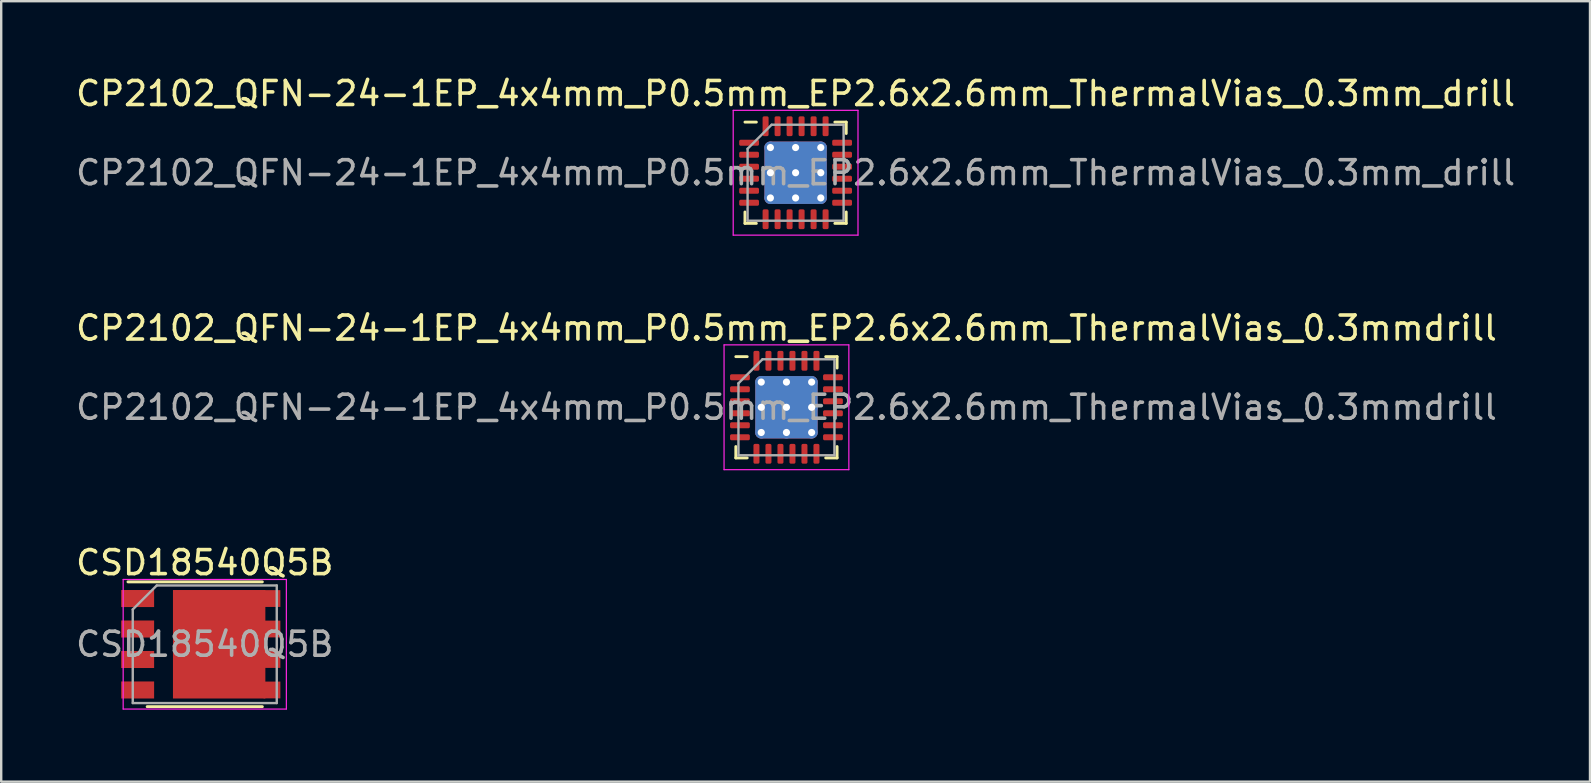
<source format=kicad_pcb>
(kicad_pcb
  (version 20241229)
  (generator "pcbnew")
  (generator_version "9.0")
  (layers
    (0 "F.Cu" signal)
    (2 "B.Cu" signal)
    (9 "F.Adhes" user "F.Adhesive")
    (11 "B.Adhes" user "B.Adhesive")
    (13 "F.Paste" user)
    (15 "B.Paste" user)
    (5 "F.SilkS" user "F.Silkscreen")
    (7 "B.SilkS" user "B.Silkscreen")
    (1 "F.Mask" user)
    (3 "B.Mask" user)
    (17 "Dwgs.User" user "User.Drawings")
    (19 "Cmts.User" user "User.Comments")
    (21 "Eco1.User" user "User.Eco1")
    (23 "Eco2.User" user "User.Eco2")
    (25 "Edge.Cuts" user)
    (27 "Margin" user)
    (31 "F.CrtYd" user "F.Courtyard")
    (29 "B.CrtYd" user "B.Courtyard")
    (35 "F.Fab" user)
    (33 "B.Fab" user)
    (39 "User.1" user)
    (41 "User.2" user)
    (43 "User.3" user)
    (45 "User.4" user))
  (footprint "CSD18540Q5B"
    (layer "F.Cu")
    (at 5.482 23.795)
    (property "Reference" "CSD18540Q5B" (at 0 -3.4 0) (layer "F.SilkS") (effects (font (size 1 1) (thickness 0.15))))
    (attr smd)
    (fp_line (start 2.4 -2.6) (end -3.2 -2.6) (stroke (width 0.12) (type solid)) (layer "F.SilkS"))
    (fp_line (start 2.4 2.6) (end -2.4 2.6) (stroke (width 0.12) (type solid)) (layer "F.SilkS"))
    (fp_line (start -3.4 -2.7) (end 3.4 -2.7) (stroke (width 0.05) (type solid)) (layer "F.CrtYd"))
    (fp_line (start -3.4 2.7) (end -3.4 -2.7) (stroke (width 0.05) (type solid)) (layer "F.CrtYd"))
    (fp_line (start 3.4 -2.7) (end 3.4 2.7) (stroke (width 0.05) (type solid)) (layer "F.CrtYd"))
    (fp_line (start 3.4 2.7) (end -3.4 2.7) (stroke (width 0.05) (type solid)) (layer "F.CrtYd"))
    (fp_line (start -3 -1.45) (end -3 2.45) (stroke (width 0.1) (type solid)) (layer "F.Fab"))
    (fp_line (start -2 -2.45) (end -3 -1.45) (stroke (width 0.1) (type solid)) (layer "F.Fab"))
    (fp_line (start -2 -2.45) (end 3 -2.45) (stroke (width 0.1) (type solid)) (layer "F.Fab"))
    (fp_line (start 3 -2.45) (end 3 2.45) (stroke (width 0.1) (type solid)) (layer "F.Fab"))
    (fp_line (start 3 2.45) (end -3 2.45) (stroke (width 0.1) (type solid)) (layer "F.Fab"))
    (fp_text user "${REFERENCE}" (at 0 0 0) (layer "F.Fab") (effects (font (size 1 1) (thickness 0.15))))
    (pad "" smd rect (at -0.797 -1.095) (size 1.235 1.57) (layers "F.Paste"))
    (pad "" smd rect (at -0.797 1.095) (size 1.235 1.57) (layers "F.Paste"))
    (pad "" smd rect (at 1.113 -1.095) (size 1.585 1.57) (layers "F.Paste"))
    (pad "" smd rect (at 1.113 1.095) (size 1.585 1.57) (layers "F.Paste"))
    (pad "1" smd rect (at -2.796 -1.905) (size 1.372 0.71) (layers "F.Cu" "F.Mask" "F.Paste"))
    (pad "1" smd rect (at -2.796 -0.635) (size 1.372 0.71) (layers "F.Cu" "F.Mask" "F.Paste"))
    (pad "1" smd rect (at -2.796 0.635) (size 1.372 0.71) (layers "F.Cu" "F.Mask" "F.Paste"))
    (pad "2" smd rect (at -2.796 1.905) (size 1.372 0.71) (layers "F.Cu" "F.Mask" "F.Paste"))
    (pad "3" smd rect (at 0.6 0) (size 3.85 4.52) (layers "F.Cu" "F.Mask"))
    (pad "3" smd rect (at 2.8 -1.905) (size 0.7 0.7) (layers "F.Cu" "F.Mask" "F.Paste"))
    (pad "3" smd rect (at 2.8 -0.635) (size 0.7 0.7) (layers "F.Cu" "F.Mask" "F.Paste"))
    (pad "3" smd rect (at 2.8 0.635) (size 0.7 0.7) (layers "F.Cu" "F.Mask" "F.Paste"))
    (pad "3" smd rect (at 2.8 1.905) (size 0.7 0.7) (layers "F.Cu" "F.Mask" "F.Paste")))
  (footprint "CP2102_QFN-24-1EP_4x4mm_P0.5mm_EP2.6x2.6mm_ThermalVias_0.3mm_drill"
    (layer "F.Cu")
    (at 30.101 4.148)
    (property "Reference" "CP2102_QFN-24-1EP_4x4mm_P0.5mm_EP2.6x2.6mm_ThermalVias_0.3mm_drill" (at 0 -3.3 0) (layer "F.SilkS") (effects (font (size 1 1) (thickness 0.15))))
    (attr smd)
    (fp_line (start -2.11 2.11) (end -2.11 1.635) (stroke (width 0.12) (type solid)) (layer "F.SilkS"))
    (fp_line (start -1.635 -2.11) (end -2.11 -2.11) (stroke (width 0.12) (type solid)) (layer "F.SilkS"))
    (fp_line (start -1.635 2.11) (end -2.11 2.11) (stroke (width 0.12) (type solid)) (layer "F.SilkS"))
    (fp_line (start 1.635 -2.11) (end 2.11 -2.11) (stroke (width 0.12) (type solid)) (layer "F.SilkS"))
    (fp_line (start 1.635 2.11) (end 2.11 2.11) (stroke (width 0.12) (type solid)) (layer "F.SilkS"))
    (fp_line (start 2.11 -2.11) (end 2.11 -1.635) (stroke (width 0.12) (type solid)) (layer "F.SilkS"))
    (fp_line (start 2.11 2.11) (end 2.11 1.635) (stroke (width 0.12) (type solid)) (layer "F.SilkS"))
    (fp_line (start -2.6 -2.6) (end -2.6 2.6) (stroke (width 0.05) (type solid)) (layer "F.CrtYd"))
    (fp_line (start -2.6 2.6) (end 2.6 2.6) (stroke (width 0.05) (type solid)) (layer "F.CrtYd"))
    (fp_line (start 2.6 -2.6) (end -2.6 -2.6) (stroke (width 0.05) (type solid)) (layer "F.CrtYd"))
    (fp_line (start 2.6 2.6) (end 2.6 -2.6) (stroke (width 0.05) (type solid)) (layer "F.CrtYd"))
    (fp_line (start -2 -1) (end -1 -2) (stroke (width 0.1) (type solid)) (layer "F.Fab"))
    (fp_line (start -2 2) (end -2 -1) (stroke (width 0.1) (type solid)) (layer "F.Fab"))
    (fp_line (start -1 -2) (end 2 -2) (stroke (width 0.1) (type solid)) (layer "F.Fab"))
    (fp_line (start 2 -2) (end 2 2) (stroke (width 0.1) (type solid)) (layer "F.Fab"))
    (fp_line (start 2 2) (end -2 2) (stroke (width 0.1) (type solid)) (layer "F.Fab"))
    (fp_text user "${REFERENCE}" (at 0 0 0) (layer "F.Fab") (effects (font (size 1 1) (thickness 0.15))))
    (pad "" smd roundrect (at -0.65 -0.65) (size 1.13 1.13) (layers "F.Paste") (roundrect_rratio 0.221))
    (pad "" smd roundrect (at -0.65 0.65) (size 1.13 1.13) (layers "F.Paste") (roundrect_rratio 0.221))
    (pad "" smd roundrect (at 0.65 -0.65) (size 1.13 1.13) (layers "F.Paste") (roundrect_rratio 0.221))
    (pad "" smd roundrect (at 0.65 0.65) (size 1.13 1.13) (layers "F.Paste") (roundrect_rratio 0.221))
    (pad "1" smd roundrect (at -1.938 -1.25) (size 0.825 0.25) (layers "F.Cu" "F.Mask" "F.Paste") (roundrect_rratio 0.25))
    (pad "2" smd roundrect (at -1.938 -0.75) (size 0.825 0.25) (layers "F.Cu" "F.Mask" "F.Paste") (roundrect_rratio 0.25))
    (pad "3" smd roundrect (at -1.938 -0.25) (size 0.825 0.25) (layers "F.Cu" "F.Mask" "F.Paste") (roundrect_rratio 0.25))
    (pad "4" smd roundrect (at -1.938 0.25) (size 0.825 0.25) (layers "F.Cu" "F.Mask" "F.Paste") (roundrect_rratio 0.25))
    (pad "5" smd roundrect (at -1.938 0.75) (size 0.825 0.25) (layers "F.Cu" "F.Mask" "F.Paste") (roundrect_rratio 0.25))
    (pad "6" smd roundrect (at -1.938 1.25) (size 0.825 0.25) (layers "F.Cu" "F.Mask" "F.Paste") (roundrect_rratio 0.25))
    (pad "7" smd roundrect (at -1.25 1.938) (size 0.25 0.825) (layers "F.Cu" "F.Mask" "F.Paste") (roundrect_rratio 0.25))
    (pad "8" smd roundrect (at -0.75 1.938) (size 0.25 0.825) (layers "F.Cu" "F.Mask" "F.Paste") (roundrect_rratio 0.25))
    (pad "9" smd roundrect (at -0.25 1.938) (size 0.25 0.825) (layers "F.Cu" "F.Mask" "F.Paste") (roundrect_rratio 0.25))
    (pad "10" smd roundrect (at 0.25 1.938) (size 0.25 0.825) (layers "F.Cu" "F.Mask" "F.Paste") (roundrect_rratio 0.25))
    (pad "11" smd roundrect (at 0.75 1.938) (size 0.25 0.825) (layers "F.Cu" "F.Mask" "F.Paste") (roundrect_rratio 0.25))
    (pad "12" smd roundrect (at 1.25 1.938) (size 0.25 0.825) (layers "F.Cu" "F.Mask" "F.Paste") (roundrect_rratio 0.25))
    (pad "13" smd roundrect (at 1.938 1.25) (size 0.825 0.25) (layers "F.Cu" "F.Mask" "F.Paste") (roundrect_rratio 0.25))
    (pad "14" smd roundrect (at 1.938 0.75) (size 0.825 0.25) (layers "F.Cu" "F.Mask" "F.Paste") (roundrect_rratio 0.25))
    (pad "15" smd roundrect (at 1.938 0.25) (size 0.825 0.25) (layers "F.Cu" "F.Mask" "F.Paste") (roundrect_rratio 0.25))
    (pad "16" smd roundrect (at 1.938 -0.25) (size 0.825 0.25) (layers "F.Cu" "F.Mask" "F.Paste") (roundrect_rratio 0.25))
    (pad "17" smd roundrect (at 1.938 -0.75) (size 0.825 0.25) (layers "F.Cu" "F.Mask" "F.Paste") (roundrect_rratio 0.25))
    (pad "18" smd roundrect (at 1.938 -1.25) (size 0.825 0.25) (layers "F.Cu" "F.Mask" "F.Paste") (roundrect_rratio 0.25))
    (pad "19" smd roundrect (at 1.25 -1.938) (size 0.25 0.825) (layers "F.Cu" "F.Mask" "F.Paste") (roundrect_rratio 0.25))
    (pad "20" smd roundrect (at 0.75 -1.938) (size 0.25 0.825) (layers "F.Cu" "F.Mask" "F.Paste") (roundrect_rratio 0.25))
    (pad "21" smd roundrect (at 0.25 -1.938) (size 0.25 0.825) (layers "F.Cu" "F.Mask" "F.Paste") (roundrect_rratio 0.25))
    (pad "22" smd roundrect (at -0.25 -1.938) (size 0.25 0.825) (layers "F.Cu" "F.Mask" "F.Paste") (roundrect_rratio 0.25))
    (pad "23" smd roundrect (at -0.75 -1.938) (size 0.25 0.825) (layers "F.Cu" "F.Mask" "F.Paste") (roundrect_rratio 0.25))
    (pad "24" smd roundrect (at -1.25 -1.938) (size 0.25 0.825) (layers "F.Cu" "F.Mask" "F.Paste") (roundrect_rratio 0.25))
    (pad "25" thru_hole circle (at -1.05 -1.05) (size 0.5 0.5) (drill 0.3) (layers "*.Cu"))
    (pad "25" thru_hole circle (at -1.05 0) (size 0.5 0.5) (drill 0.3) (layers "*.Cu"))
    (pad "25" thru_hole circle (at -1.05 1.05) (size 0.5 0.5) (drill 0.3) (layers "*.Cu"))
    (pad "25" thru_hole circle (at 0 -1.05) (size 0.5 0.5) (drill 0.3) (layers "*.Cu"))
    (pad "25" thru_hole circle (at 0 0) (size 0.5 0.5) (drill 0.3) (layers "*.Cu"))
    (pad "25" smd roundrect (at 0 0) (size 2.6 2.6) (layers "F.Cu" "F.Mask") (roundrect_rratio 0.096))
    (pad "25" smd roundrect (at 0 0) (size 2.6 2.6) (layers "B.Cu") (roundrect_rratio 0.096))
    (pad "25" thru_hole circle (at 0 1.05) (size 0.5 0.5) (drill 0.3) (layers "*.Cu"))
    (pad "25" thru_hole circle (at 1.05 -1.05) (size 0.5 0.5) (drill 0.3) (layers "*.Cu"))
    (pad "25" thru_hole circle (at 1.05 0) (size 0.5 0.5) (drill 0.3) (layers "*.Cu"))
    (pad "25" thru_hole circle (at 1.05 1.05) (size 0.5 0.5) (drill 0.3) (layers "*.Cu")))
  (footprint "CP2102_QFN-24-1EP_4x4mm_P0.5mm_EP2.6x2.6mm_ThermalVias_0.3mmdrill"
    (layer "F.Cu")
    (at 29.72 13.921)
    (property "Reference" "CP2102_QFN-24-1EP_4x4mm_P0.5mm_EP2.6x2.6mm_ThermalVias_0.3mmdrill" (at 0 -3.3 0) (layer "F.SilkS") (effects (font (size 1 1) (thickness 0.15))))
    (attr smd)
    (fp_line (start -2.11 2.11) (end -2.11 1.635) (stroke (width 0.12) (type solid)) (layer "F.SilkS"))
    (fp_line (start -1.635 -2.11) (end -2.11 -2.11) (stroke (width 0.12) (type solid)) (layer "F.SilkS"))
    (fp_line (start -1.635 2.11) (end -2.11 2.11) (stroke (width 0.12) (type solid)) (layer "F.SilkS"))
    (fp_line (start 1.635 -2.11) (end 2.11 -2.11) (stroke (width 0.12) (type solid)) (layer "F.SilkS"))
    (fp_line (start 1.635 2.11) (end 2.11 2.11) (stroke (width 0.12) (type solid)) (layer "F.SilkS"))
    (fp_line (start 2.11 -2.11) (end 2.11 -1.635) (stroke (width 0.12) (type solid)) (layer "F.SilkS"))
    (fp_line (start 2.11 2.11) (end 2.11 1.635) (stroke (width 0.12) (type solid)) (layer "F.SilkS"))
    (fp_line (start -2.6 -2.6) (end -2.6 2.6) (stroke (width 0.05) (type solid)) (layer "F.CrtYd"))
    (fp_line (start -2.6 2.6) (end 2.6 2.6) (stroke (width 0.05) (type solid)) (layer "F.CrtYd"))
    (fp_line (start 2.6 -2.6) (end -2.6 -2.6) (stroke (width 0.05) (type solid)) (layer "F.CrtYd"))
    (fp_line (start 2.6 2.6) (end 2.6 -2.6) (stroke (width 0.05) (type solid)) (layer "F.CrtYd"))
    (fp_line (start -2 -1) (end -1 -2) (stroke (width 0.1) (type solid)) (layer "F.Fab"))
    (fp_line (start -2 2) (end -2 -1) (stroke (width 0.1) (type solid)) (layer "F.Fab"))
    (fp_line (start -1 -2) (end 2 -2) (stroke (width 0.1) (type solid)) (layer "F.Fab"))
    (fp_line (start 2 -2) (end 2 2) (stroke (width 0.1) (type solid)) (layer "F.Fab"))
    (fp_line (start 2 2) (end -2 2) (stroke (width 0.1) (type solid)) (layer "F.Fab"))
    (fp_text user "${REFERENCE}" (at 0 0 0) (layer "F.Fab") (effects (font (size 1 1) (thickness 0.15))))
    (pad "" smd roundrect (at -0.65 -0.65) (size 1.13 1.13) (layers "F.Paste") (roundrect_rratio 0.221))
    (pad "" smd roundrect (at -0.65 0.65) (size 1.13 1.13) (layers "F.Paste") (roundrect_rratio 0.221))
    (pad "" smd roundrect (at 0.65 -0.65) (size 1.13 1.13) (layers "F.Paste") (roundrect_rratio 0.221))
    (pad "" smd roundrect (at 0.65 0.65) (size 1.13 1.13) (layers "F.Paste") (roundrect_rratio 0.221))
    (pad "1" smd roundrect (at -1.938 -1.25) (size 0.825 0.25) (layers "F.Cu" "F.Mask" "F.Paste") (roundrect_rratio 0.25))
    (pad "2" smd roundrect (at -1.938 -0.75) (size 0.825 0.25) (layers "F.Cu" "F.Mask" "F.Paste") (roundrect_rratio 0.25))
    (pad "3" smd roundrect (at -1.938 -0.25) (size 0.825 0.25) (layers "F.Cu" "F.Mask" "F.Paste") (roundrect_rratio 0.25))
    (pad "4" smd roundrect (at -1.938 0.25) (size 0.825 0.25) (layers "F.Cu" "F.Mask" "F.Paste") (roundrect_rratio 0.25))
    (pad "5" smd roundrect (at -1.938 0.75) (size 0.825 0.25) (layers "F.Cu" "F.Mask" "F.Paste") (roundrect_rratio 0.25))
    (pad "6" smd roundrect (at -1.938 1.25) (size 0.825 0.25) (layers "F.Cu" "F.Mask" "F.Paste") (roundrect_rratio 0.25))
    (pad "7" smd roundrect (at -1.25 1.938) (size 0.25 0.825) (layers "F.Cu" "F.Mask" "F.Paste") (roundrect_rratio 0.25))
    (pad "8" smd roundrect (at -0.75 1.938) (size 0.25 0.825) (layers "F.Cu" "F.Mask" "F.Paste") (roundrect_rratio 0.25))
    (pad "9" smd roundrect (at -0.25 1.938) (size 0.25 0.825) (layers "F.Cu" "F.Mask" "F.Paste") (roundrect_rratio 0.25))
    (pad "10" smd roundrect (at 0.25 1.938) (size 0.25 0.825) (layers "F.Cu" "F.Mask" "F.Paste") (roundrect_rratio 0.25))
    (pad "11" smd roundrect (at 0.75 1.938) (size 0.25 0.825) (layers "F.Cu" "F.Mask" "F.Paste") (roundrect_rratio 0.25))
    (pad "12" smd roundrect (at 1.25 1.938) (size 0.25 0.825) (layers "F.Cu" "F.Mask" "F.Paste") (roundrect_rratio 0.25))
    (pad "13" smd roundrect (at 1.938 1.25) (size 0.825 0.25) (layers "F.Cu" "F.Mask" "F.Paste") (roundrect_rratio 0.25))
    (pad "14" smd roundrect (at 1.938 0.75) (size 0.825 0.25) (layers "F.Cu" "F.Mask" "F.Paste") (roundrect_rratio 0.25))
    (pad "15" smd roundrect (at 1.938 0.25) (size 0.825 0.25) (layers "F.Cu" "F.Mask" "F.Paste") (roundrect_rratio 0.25))
    (pad "16" smd roundrect (at 1.938 -0.25) (size 0.825 0.25) (layers "F.Cu" "F.Mask" "F.Paste") (roundrect_rratio 0.25))
    (pad "17" smd roundrect (at 1.938 -0.75) (size 0.825 0.25) (layers "F.Cu" "F.Mask" "F.Paste") (roundrect_rratio 0.25))
    (pad "18" smd roundrect (at 1.938 -1.25) (size 0.825 0.25) (layers "F.Cu" "F.Mask" "F.Paste") (roundrect_rratio 0.25))
    (pad "19" smd roundrect (at 1.25 -1.938) (size 0.25 0.825) (layers "F.Cu" "F.Mask" "F.Paste") (roundrect_rratio 0.25))
    (pad "20" smd roundrect (at 0.75 -1.938) (size 0.25 0.825) (layers "F.Cu" "F.Mask" "F.Paste") (roundrect_rratio 0.25))
    (pad "21" smd roundrect (at 0.25 -1.938) (size 0.25 0.825) (layers "F.Cu" "F.Mask" "F.Paste") (roundrect_rratio 0.25))
    (pad "22" smd roundrect (at -0.25 -1.938) (size 0.25 0.825) (layers "F.Cu" "F.Mask" "F.Paste") (roundrect_rratio 0.25))
    (pad "23" smd roundrect (at -0.75 -1.938) (size 0.25 0.825) (layers "F.Cu" "F.Mask" "F.Paste") (roundrect_rratio 0.25))
    (pad "24" smd roundrect (at -1.25 -1.938) (size 0.25 0.825) (layers "F.Cu" "F.Mask" "F.Paste") (roundrect_rratio 0.25))
    (pad "25" thru_hole circle (at -1.05 -1.05) (size 0.5 0.5) (drill 0.3) (layers "*.Cu"))
    (pad "25" thru_hole circle (at -1.05 0) (size 0.5 0.5) (drill 0.3) (layers "*.Cu"))
    (pad "25" thru_hole circle (at -1.05 1.05) (size 0.5 0.5) (drill 0.3) (layers "*.Cu"))
    (pad "25" thru_hole circle (at 0 -1.05) (size 0.5 0.5) (drill 0.3) (layers "*.Cu"))
    (pad "25" thru_hole circle (at 0 0) (size 0.5 0.5) (drill 0.3) (layers "*.Cu"))
    (pad "25" smd roundrect (at 0 0) (size 2.6 2.6) (layers "F.Cu" "F.Mask") (roundrect_rratio 0.096))
    (pad "25" smd roundrect (at 0 0) (size 2.6 2.6) (layers "B.Cu") (roundrect_rratio 0.096))
    (pad "25" thru_hole circle (at 0 1.05) (size 0.5 0.5) (drill 0.3) (layers "*.Cu"))
    (pad "25" thru_hole circle (at 1.05 -1.05) (size 0.5 0.5) (drill 0.3) (layers "*.Cu"))
    (pad "25" thru_hole circle (at 1.05 0) (size 0.5 0.5) (drill 0.3) (layers "*.Cu"))
    (pad "25" thru_hole circle (at 1.05 1.05) (size 0.5 0.5) (drill 0.3) (layers "*.Cu")))
  (gr_rect
    (start -3 -3)
    (end 63.202 29.52)
    (stroke (width 0.1) (type default))
    (fill no)
    (layer "Edge.Cuts")))
</source>
